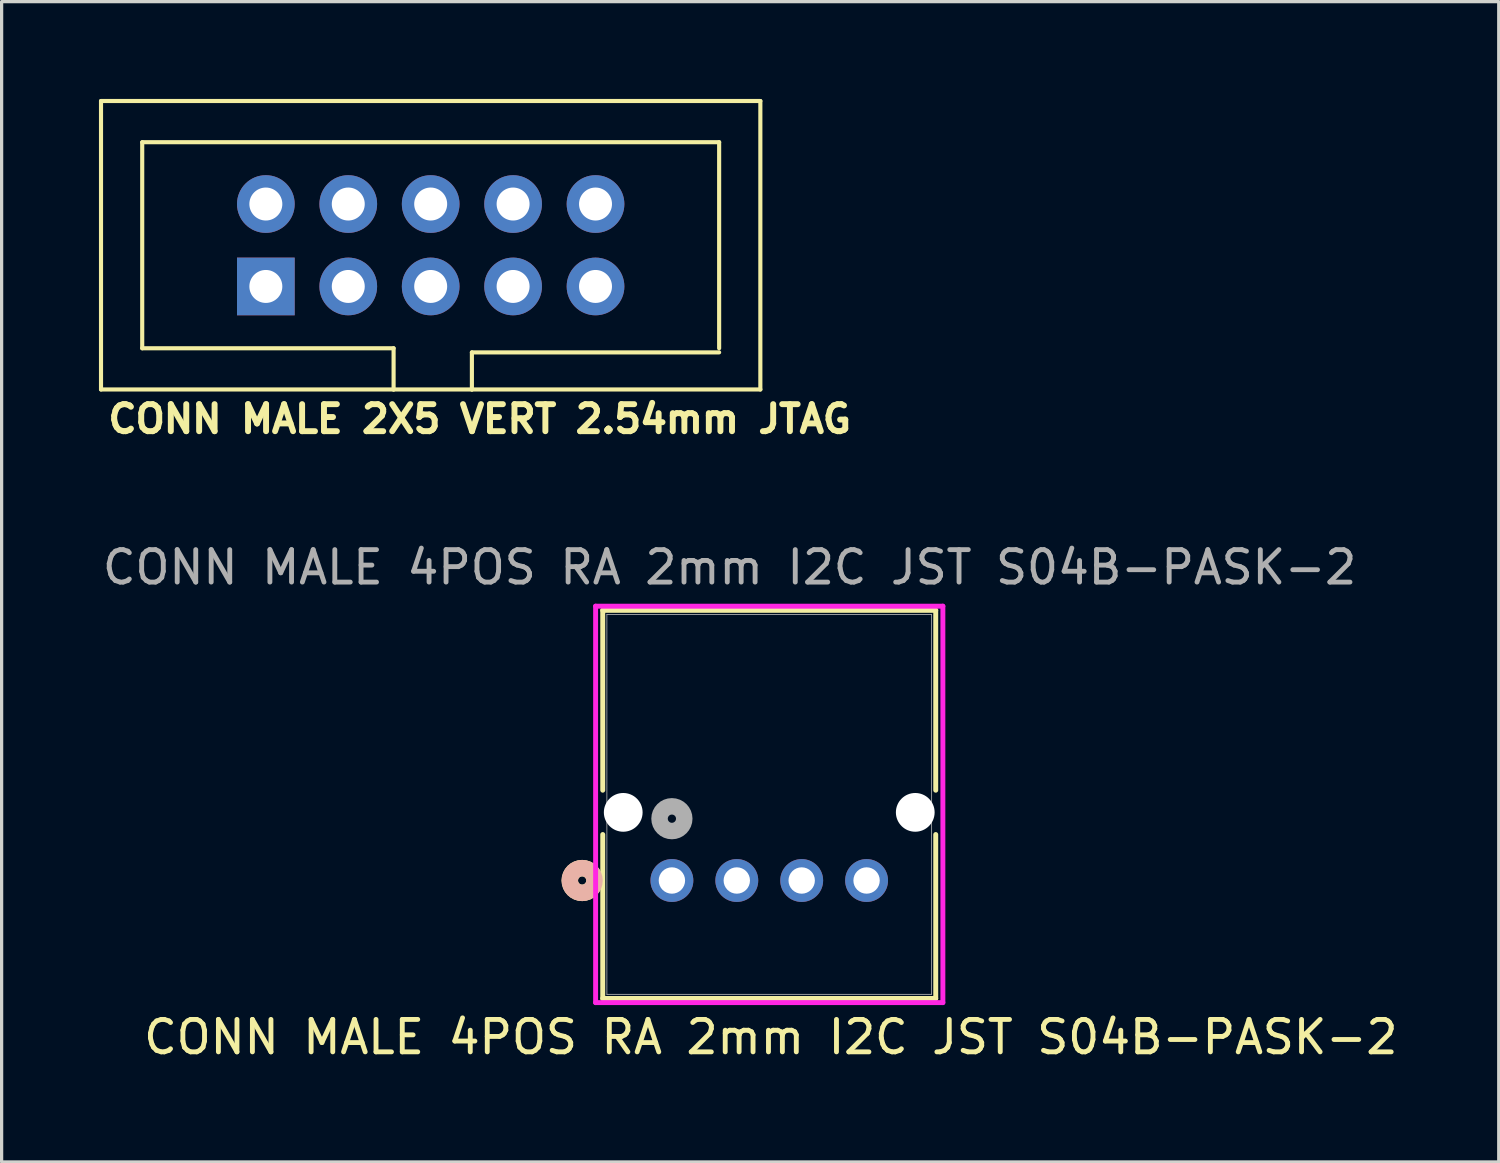
<source format=kicad_pcb>
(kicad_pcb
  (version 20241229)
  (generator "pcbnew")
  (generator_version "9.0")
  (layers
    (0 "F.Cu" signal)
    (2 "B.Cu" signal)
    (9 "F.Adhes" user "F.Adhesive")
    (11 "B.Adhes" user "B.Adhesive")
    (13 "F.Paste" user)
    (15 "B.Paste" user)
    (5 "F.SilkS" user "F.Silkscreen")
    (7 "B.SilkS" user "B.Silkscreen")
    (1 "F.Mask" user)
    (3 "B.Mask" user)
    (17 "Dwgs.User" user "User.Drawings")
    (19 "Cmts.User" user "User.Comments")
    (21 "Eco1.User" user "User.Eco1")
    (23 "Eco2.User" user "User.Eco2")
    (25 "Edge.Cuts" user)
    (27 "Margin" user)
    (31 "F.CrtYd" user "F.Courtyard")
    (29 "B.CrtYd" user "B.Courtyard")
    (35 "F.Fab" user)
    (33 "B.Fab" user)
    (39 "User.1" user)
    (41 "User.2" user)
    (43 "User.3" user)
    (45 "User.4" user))
  (footprint "CONN MALE 4POS RA 2mm I2C JST S04B-PASK-2"
    (layer "F.Cu")
    (at 17.657 24.086)
    (property "Reference" "CONN MALE 4POS RA 2mm I2C JST S04B-PASK-2" (at 3.048 4.826 0) (unlocked yes) (layer "F.SilkS") (effects (font (size 1 1) (thickness 0.15))))
    (attr through_hole)
    (fp_line (start -2.131 -8.327) (end -2.131 -2.783) (stroke (width 0.152) (type solid)) (layer "F.SilkS"))
    (fp_line (start -2.131 -1.417) (end -2.131 3.636) (stroke (width 0.152) (type solid)) (layer "F.SilkS"))
    (fp_line (start -2.131 3.636) (end 8.131 3.636) (stroke (width 0.152) (type solid)) (layer "F.SilkS"))
    (fp_line (start 8.131 -8.327) (end -2.131 -8.327) (stroke (width 0.152) (type solid)) (layer "F.SilkS"))
    (fp_line (start 8.131 -2.783) (end 8.131 -8.327) (stroke (width 0.152) (type solid)) (layer "F.SilkS"))
    (fp_line (start 8.131 3.636) (end 8.131 -1.417) (stroke (width 0.152) (type solid)) (layer "F.SilkS"))
    (fp_circle (center -2.766 0) (end -2.385 0) (stroke (width 0.508) (type solid)) (fill no) (layer "F.SilkS"))
    (fp_circle (center -2.766 0) (end -2.385 0) (stroke (width 0.508) (type solid)) (fill no) (layer "B.SilkS"))
    (fp_line (start -2.351 -8.454) (end -2.351 3.763) (stroke (width 0.152) (type solid)) (layer "F.CrtYd"))
    (fp_line (start -2.351 3.763) (end 8.351 3.763) (stroke (width 0.152) (type solid)) (layer "F.CrtYd"))
    (fp_line (start 8.351 -8.454) (end -2.351 -8.454) (stroke (width 0.152) (type solid)) (layer "F.CrtYd"))
    (fp_line (start 8.351 3.763) (end 8.351 -8.454) (stroke (width 0.152) (type solid)) (layer "F.CrtYd"))
    (fp_line (start -2.004 -8.2) (end -2.004 3.509) (stroke (width 0.025) (type solid)) (layer "F.Fab"))
    (fp_line (start -2.004 3.509) (end 8.004 3.509) (stroke (width 0.025) (type solid)) (layer "F.Fab"))
    (fp_line (start 8.004 -8.2) (end -2.004 -8.2) (stroke (width 0.025) (type solid)) (layer "F.Fab"))
    (fp_line (start 8.004 3.509) (end 8.004 -8.2) (stroke (width 0.025) (type solid)) (layer "F.Fab"))
    (fp_circle (center 0 -1.905) (end 0.381 -1.905) (stroke (width 0.508) (type solid)) (fill no) (layer "F.Fab"))
    (fp_text user "${REFERENCE}" (at 1.778 -9.652 0) (unlocked yes) (layer "F.Fab") (effects (font (size 1 1) (thickness 0.15))))
    (pad "" np_thru_hole circle (at -1.5 -2.1) (size 1.194 1.194) (drill 1.194) (layers "*.Cu" "*.Mask"))
    (pad "" np_thru_hole circle (at 7.5 -2.1) (size 1.194 1.194) (drill 1.194) (layers "*.Cu" "*.Mask"))
    (pad "1" thru_hole circle (at 0 0) (size 1.321 1.321) (drill 0.813) (layers "*.Cu" "*.Mask"))
    (pad "2" thru_hole circle (at 2 0) (size 1.321 1.321) (drill 0.813) (layers "*.Cu" "*.Mask"))
    (pad "3" thru_hole circle (at 4 0) (size 1.321 1.321) (drill 0.813) (layers "*.Cu" "*.Mask"))
    (pad "4" thru_hole circle (at 6 0) (size 1.321 1.321) (drill 0.813) (layers "*.Cu" "*.Mask")))
  (footprint "CONN MALE 2X5 VERT 2.54mm JTAG"
    (layer "F.Cu")
    (at 10.223 4.508)
    (property "Reference" "CONN MALE 2X5 VERT 2.54mm JTAG" (at -10.033 5.842 0) (unlocked yes) (layer "F.SilkS") (effects (font (size 0.833 0.833) (thickness 0.183)) (justify left bottom)))
    (fp_line (start -10.16 -4.445) (end -10.16 4.445) (stroke (width 0.127) (type solid)) (layer "F.SilkS"))
    (fp_line (start -8.89 -3.175) (end -8.89 3.175) (stroke (width 0.127) (type solid)) (layer "F.SilkS"))
    (fp_line (start -8.89 3.175) (end -1.143 3.175) (stroke (width 0.127) (type solid)) (layer "F.SilkS"))
    (fp_line (start -1.143 3.175) (end -1.143 4.445) (stroke (width 0.127) (type solid)) (layer "F.SilkS"))
    (fp_line (start -1.143 4.445) (end -10.16 4.445) (stroke (width 0.127) (type solid)) (layer "F.SilkS"))
    (fp_line (start -1.143 4.445) (end 1.27 4.445) (stroke (width 0.127) (type solid)) (layer "F.SilkS"))
    (fp_line (start 1.27 3.302) (end 1.27 4.445) (stroke (width 0.127) (type solid)) (layer "F.SilkS"))
    (fp_line (start 1.27 4.445) (end 10.16 4.445) (stroke (width 0.127) (type solid)) (layer "F.SilkS"))
    (fp_line (start 8.89 -3.175) (end -8.89 -3.175) (stroke (width 0.127) (type solid)) (layer "F.SilkS"))
    (fp_line (start 8.89 3.175) (end 8.89 -3.175) (stroke (width 0.127) (type solid)) (layer "F.SilkS"))
    (fp_line (start 8.89 3.302) (end 1.27 3.302) (stroke (width 0.127) (type solid)) (layer "F.SilkS"))
    (fp_line (start 10.16 -4.445) (end -10.16 -4.445) (stroke (width 0.127) (type solid)) (layer "F.SilkS"))
    (fp_line (start 10.16 4.445) (end 10.16 -4.445) (stroke (width 0.127) (type solid)) (layer "F.SilkS"))
    (pad "1" thru_hole rect (at -5.08 1.27) (size 1.778 1.778) (drill 1.016) (layers "*.Cu" "*.Mask"))
    (pad "2" thru_hole circle (at -5.08 -1.27) (size 1.778 1.778) (drill 1.016) (layers "*.Cu" "*.Mask"))
    (pad "3" thru_hole circle (at -2.54 1.27) (size 1.778 1.778) (drill 1.016) (layers "*.Cu" "*.Mask"))
    (pad "4" thru_hole circle (at -2.54 -1.27) (size 1.778 1.778) (drill 1.016) (layers "*.Cu" "*.Mask"))
    (pad "5" thru_hole circle (at 0 1.27) (size 1.778 1.778) (drill 1.016) (layers "*.Cu" "*.Mask"))
    (pad "6" thru_hole circle (at 0 -1.27) (size 1.778 1.778) (drill 1.016) (layers "*.Cu" "*.Mask"))
    (pad "7" thru_hole circle (at 2.54 1.27) (size 1.778 1.778) (drill 1.016) (layers "*.Cu" "*.Mask"))
    (pad "8" thru_hole circle (at 2.54 -1.27) (size 1.778 1.778) (drill 1.016) (layers "*.Cu" "*.Mask"))
    (pad "9" thru_hole circle (at 5.08 1.27) (size 1.778 1.778) (drill 1.016) (layers "*.Cu" "*.Mask"))
    (pad "10" thru_hole circle (at 5.08 -1.27) (size 1.778 1.778) (drill 1.016) (layers "*.Cu" "*.Mask")))
  (gr_rect
    (start -3 -3)
    (end 43.139 32.76)
    (stroke (width 0.1) (type default))
    (fill no)
    (layer "Edge.Cuts")))
</source>
